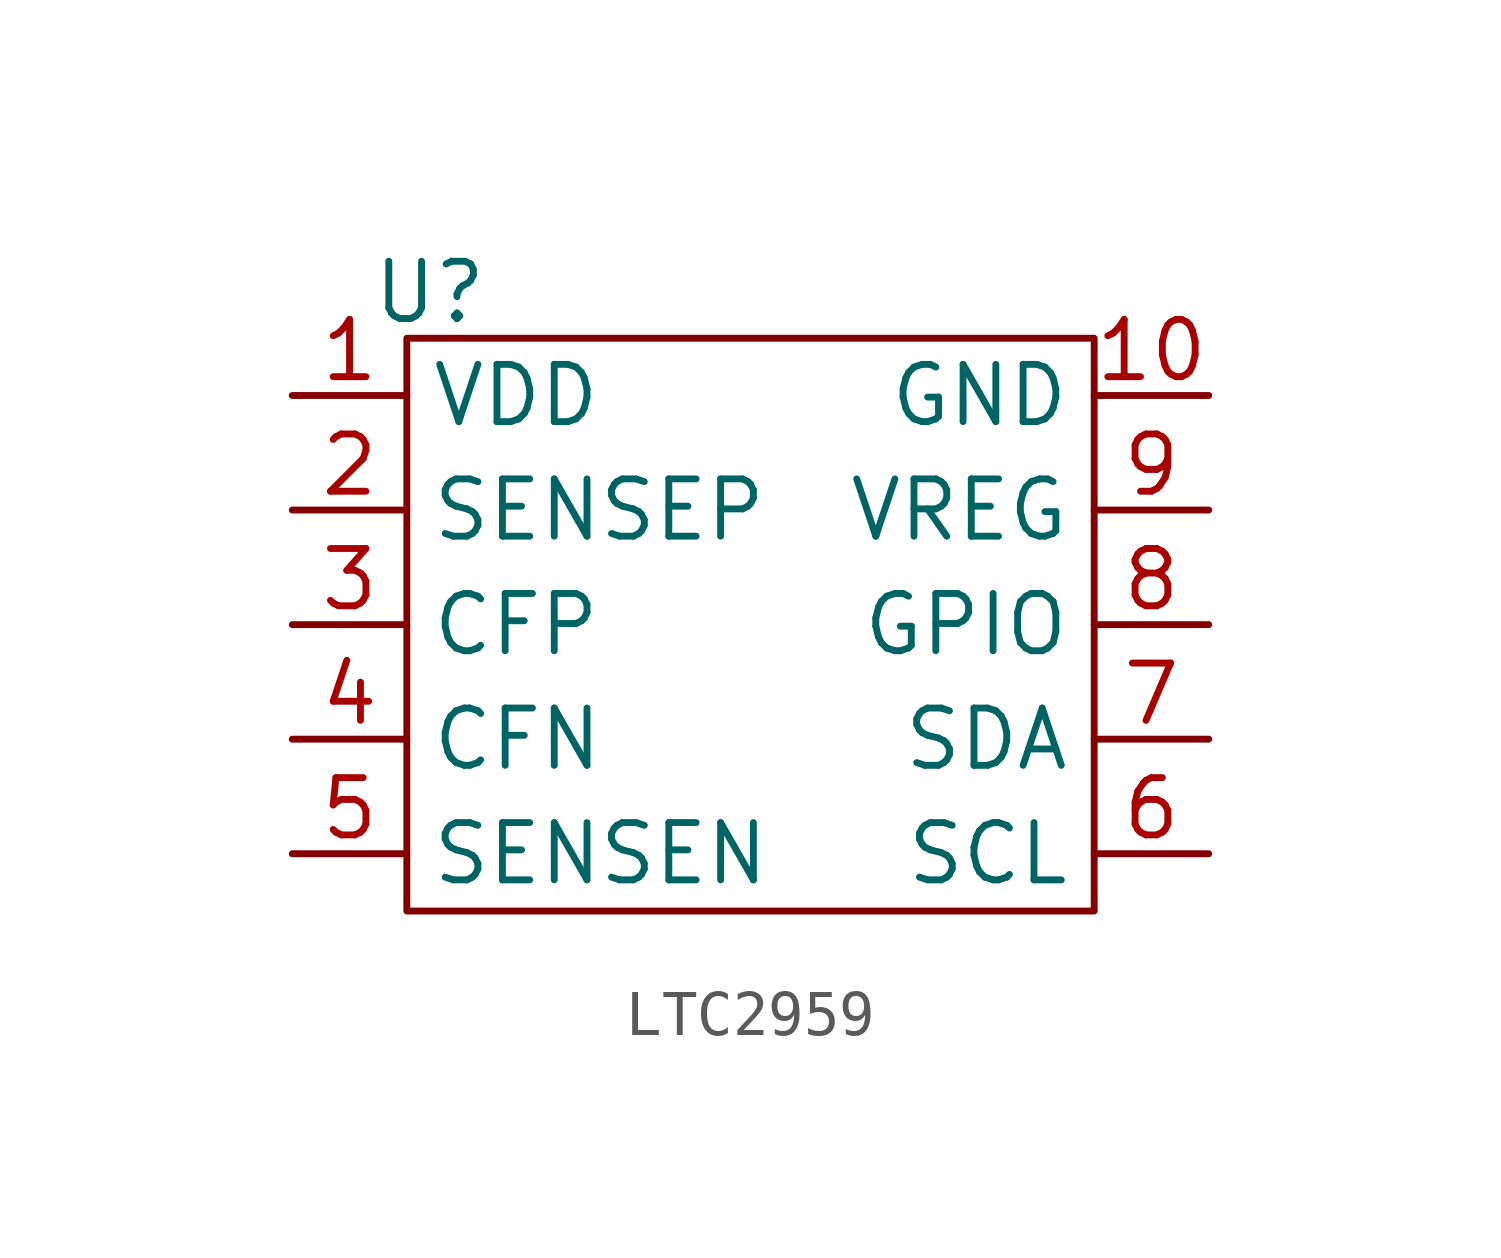
<source format=kicad_sym>
(kicad_symbol_lib
  (version 20231120)
  (generator "kicad_symbol_editor")
  (generator_version "8.0")
  (symbol "LTC2959"
    (property "Reference" "U"
      (at -7.112 7.366 0)
      (effects (font (size 1.27 1.27))))
    (property "Value" ""
      (at -3.81 0 0)
      (effects (font (size 1.27 1.27))))
    (symbol "LTC2959_0_1"
      (rectangle (start -7.62 6.35) (end 7.62 -6.35) (stroke (width 0) (type default)) (fill (type none))))
    (symbol "LTC2959_1_1"
      (pin input line (at -10.16 5.08 0) (length 2.54) (name "VDD" (effects (font (size 1.27 1.27)))) (number "1" (effects (font (size 1.27 1.27)))))
      (pin input line (at 10.16 5.08 180) (length 2.54) (name "GND" (effects (font (size 1.27 1.27)))) (number "10" (effects (font (size 1.27 1.27)))))
      (pin input line (at -10.16 2.54 0) (length 2.54) (name "SENSEP" (effects (font (size 1.27 1.27)))) (number "2" (effects (font (size 1.27 1.27)))))
      (pin input line (at -10.16 0 0) (length 2.54) (name "CFP" (effects (font (size 1.27 1.27)))) (number "3" (effects (font (size 1.27 1.27)))))
      (pin input line (at -10.16 -2.54 0) (length 2.54) (name "CFN" (effects (font (size 1.27 1.27)))) (number "4" (effects (font (size 1.27 1.27)))))
      (pin input line (at -10.16 -5.08 0) (length 2.54) (name "SENSEN" (effects (font (size 1.27 1.27)))) (number "5" (effects (font (size 1.27 1.27)))))
      (pin input line (at 10.16 -5.08 180) (length 2.54) (name "SCL" (effects (font (size 1.27 1.27)))) (number "6" (effects (font (size 1.27 1.27)))))
      (pin input line (at 10.16 -2.54 180) (length 2.54) (name "SDA" (effects (font (size 1.27 1.27)))) (number "7" (effects (font (size 1.27 1.27)))))
      (pin input line (at 10.16 0 180) (length 2.54) (name "GPIO" (effects (font (size 1.27 1.27)))) (number "8" (effects (font (size 1.27 1.27)))))
      (pin input line (at 10.16 2.54 180) (length 2.54) (name "VREG" (effects (font (size 1.27 1.27)))) (number "9" (effects (font (size 1.27 1.27))))))))
</source>
